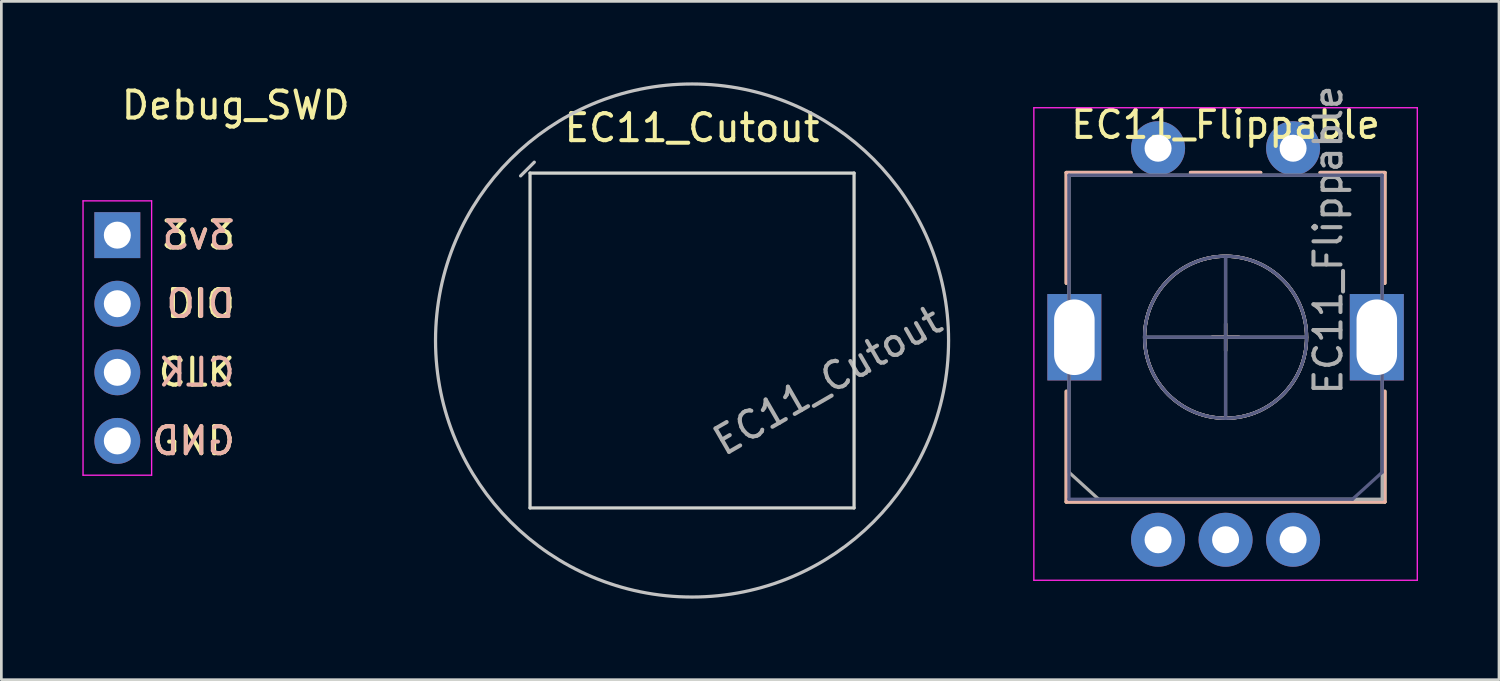
<source format=kicad_pcb>
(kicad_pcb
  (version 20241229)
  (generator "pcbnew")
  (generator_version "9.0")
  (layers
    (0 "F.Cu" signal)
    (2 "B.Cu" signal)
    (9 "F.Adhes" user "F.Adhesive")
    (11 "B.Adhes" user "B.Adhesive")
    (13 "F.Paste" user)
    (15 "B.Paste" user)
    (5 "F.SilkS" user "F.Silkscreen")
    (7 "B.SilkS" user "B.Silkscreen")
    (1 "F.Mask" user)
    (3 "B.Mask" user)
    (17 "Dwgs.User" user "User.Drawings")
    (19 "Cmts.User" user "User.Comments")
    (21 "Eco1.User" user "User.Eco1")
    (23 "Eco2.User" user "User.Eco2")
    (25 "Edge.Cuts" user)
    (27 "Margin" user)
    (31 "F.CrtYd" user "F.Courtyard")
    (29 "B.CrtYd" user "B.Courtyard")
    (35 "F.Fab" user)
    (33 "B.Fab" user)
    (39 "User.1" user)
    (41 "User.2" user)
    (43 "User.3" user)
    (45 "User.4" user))
  (footprint "Debug_SWD"
    (layer "F.Cu")
    (at 1.295 9.468)
    (property "Reference" "Debug_SWD" (at 4.385 -8.62 180) (layer "F.SilkS") (effects (font (size 1 1) (thickness 0.15))))
    (attr through_hole)
    (fp_line (start -1.27 -5.08) (end -1.27 5.08) (stroke (width 0.05) (type solid)) (layer "F.CrtYd"))
    (fp_line (start -1.27 5.08) (end 1.27 5.08) (stroke (width 0.05) (type solid)) (layer "F.CrtYd"))
    (fp_line (start 1.27 -5.08) (end -1.27 -5.08) (stroke (width 0.05) (type solid)) (layer "F.CrtYd"))
    (fp_line (start 1.27 -5.08) (end 1.27 5.08) (stroke (width 0.05) (type solid)) (layer "F.CrtYd"))
    (fp_line (start -0.32 -4.13) (end -0.32 -3.49) (stroke (width 0.1) (type solid)) (layer "F.Fab"))
    (fp_line (start -0.32 -1.59) (end -0.32 -0.95) (stroke (width 0.1) (type solid)) (layer "F.Fab"))
    (fp_line (start -0.32 0.95) (end -0.32 1.59) (stroke (width 0.1) (type solid)) (layer "F.Fab"))
    (fp_line (start -0.32 3.49) (end -0.32 4.13) (stroke (width 0.1) (type solid)) (layer "F.Fab"))
    (fp_text user "CLK" (at 4.445 1.27 0) (layer "F.SilkS") (effects (font (size 1 1) (thickness 0.15)) (justify right)))
    (fp_text user "3v3" (at 4.445 -3.81 0) (layer "F.SilkS") (effects (font (size 1 1) (thickness 0.15)) (justify right)))
    (fp_text user "DIO" (at 4.445 -1.27 0) (layer "F.SilkS") (effects (font (size 1 1) (thickness 0.15)) (justify right)))
    (fp_text user "GND" (at 4.445 3.81 0) (layer "F.SilkS") (effects (font (size 1 1) (thickness 0.15)) (justify right)))
    (fp_text user "3v3" (at 4.445 -3.81 0) (layer "B.SilkS") (effects (font (size 1 1) (thickness 0.15)) (justify left mirror)))
    (fp_text user "DIO" (at 4.445 -1.27 0) (layer "B.SilkS") (effects (font (size 1 1) (thickness 0.15)) (justify left mirror)))
    (fp_text user "GND" (at 4.445 3.81 0) (layer "B.SilkS") (effects (font (size 1 1) (thickness 0.15)) (justify left mirror)))
    (fp_text user "CLK" (at 4.445 1.27 0) (layer "B.SilkS") (effects (font (size 1 1) (thickness 0.15)) (justify left mirror)))
    (pad "1" thru_hole rect (at 0 -3.81) (size 1.7 1.7) (drill 1) (layers "*.Cu" "*.Mask"))
    (pad "2" thru_hole oval (at 0 -1.27) (size 1.7 1.7) (drill 1) (layers "*.Cu" "*.Mask"))
    (pad "3" thru_hole oval (at 0 1.27) (size 1.7 1.7) (drill 1) (layers "*.Cu" "*.Mask"))
    (pad "4" thru_hole oval (at 0 3.81) (size 1.7 1.7) (drill 1) (layers "*.Cu" "*.Mask")))
  (footprint "EC11_Cutout"
    (layer "F.Cu")
    (at 22.579 9.56)
    (property "Reference" "EC11_Cutout" (at 0 -7.874 180) (layer "F.SilkS") (effects (font (size 1 1) (thickness 0.15))))
    (attr through_hole)
    (fp_line (start -5.842 -6.604) (end -6.35 -6.096) (stroke (width 0.12) (type solid)) (layer "Dwgs.User"))
    (fp_circle (center 0 0) (end 9.5 0) (stroke (width 0.12) (type solid)) (fill no) (layer "Dwgs.User"))
    (fp_line (start -6 -6.2) (end 6 -6.2) (stroke (width 0.12) (type solid)) (layer "Edge.Cuts"))
    (fp_line (start -6 6.2) (end -6 -6.2) (stroke (width 0.12) (type solid)) (layer "Edge.Cuts"))
    (fp_line (start 6 -6.2) (end 6 6.2) (stroke (width 0.12) (type solid)) (layer "Edge.Cuts"))
    (fp_line (start 6 6.2) (end -6 6.2) (stroke (width 0.12) (type solid)) (layer "Edge.Cuts"))
    (fp_text user "${REFERENCE}" (at 5.018 1.491 210) (layer "F.Fab") (effects (font (size 1 1) (thickness 0.15)))))
  (footprint "EC11_Flippable"
    (layer "F.Cu")
    (at 42.337 9.439)
    (property "Reference" "EC11_Flippable" (at 0 -7.874 0) (layer "F.SilkS") (effects (font (size 1 1) (thickness 0.15))))
    (attr through_hole)
    (fp_line (start -5.9 -6.1) (end -3.5 -6.1) (stroke (width 0.12) (type solid)) (layer "F.SilkS"))
    (fp_line (start -5.9 -2) (end -5.9 -6.1) (stroke (width 0.12) (type solid)) (layer "F.SilkS"))
    (fp_line (start -5.9 2) (end -5.9 6.1) (stroke (width 0.12) (type solid)) (layer "F.SilkS"))
    (fp_line (start -5.9 6.1) (end 5.9 6.1) (stroke (width 0.12) (type solid)) (layer "F.SilkS"))
    (fp_line (start -1.3 -6.1) (end 1.3 -6.1) (stroke (width 0.12) (type solid)) (layer "F.SilkS"))
    (fp_line (start -0.5 0) (end 0.5 0) (stroke (width 0.12) (type solid)) (layer "F.SilkS"))
    (fp_line (start 0 0.5) (end 0 -0.5) (stroke (width 0.12) (type solid)) (layer "F.SilkS"))
    (fp_line (start 3.5 -6.1) (end 5.9 -6.1) (stroke (width 0.12) (type solid)) (layer "F.SilkS"))
    (fp_line (start 5.9 -6.1) (end 5.9 -2) (stroke (width 0.12) (type solid)) (layer "F.SilkS"))
    (fp_line (start 5.9 2) (end 5.9 6.1) (stroke (width 0.12) (type solid)) (layer "F.SilkS"))
    (fp_circle (center 0 0) (end 0 -3) (stroke (width 0.12) (type solid)) (fill no) (layer "F.SilkS"))
    (fp_line (start -5.9 -6.1) (end -5.9 -2) (stroke (width 0.12) (type solid)) (layer "B.SilkS"))
    (fp_line (start -5.9 2) (end -5.9 6.1) (stroke (width 0.12) (type solid)) (layer "B.SilkS"))
    (fp_line (start -3.5 -6.1) (end -5.9 -6.1) (stroke (width 0.12) (type solid)) (layer "B.SilkS"))
    (fp_line (start 0 0.5) (end 0 -0.5) (stroke (width 0.12) (type solid)) (layer "B.SilkS"))
    (fp_line (start 0.5 0) (end -0.5 0) (stroke (width 0.12) (type solid)) (layer "B.SilkS"))
    (fp_line (start 1.3 -6.1) (end -1.3 -6.1) (stroke (width 0.12) (type solid)) (layer "B.SilkS"))
    (fp_line (start 5.9 -6.1) (end 3.5 -6.1) (stroke (width 0.12) (type solid)) (layer "B.SilkS"))
    (fp_line (start 5.9 -2) (end 5.9 -6.1) (stroke (width 0.12) (type solid)) (layer "B.SilkS"))
    (fp_line (start 5.9 2) (end 5.9 6.1) (stroke (width 0.12) (type solid)) (layer "B.SilkS"))
    (fp_line (start 5.9 6.1) (end -5.9 6.1) (stroke (width 0.12) (type solid)) (layer "B.SilkS"))
    (fp_circle (center 0 0) (end 0 -3) (stroke (width 0.12) (type solid)) (fill no) (layer "B.SilkS"))
    (fp_line (start -7.1 9) (end -7.1 -8.5) (stroke (width 0.05) (type solid)) (layer "F.CrtYd"))
    (fp_line (start -7.1 9) (end 7.1 9) (stroke (width 0.05) (type solid)) (layer "F.CrtYd"))
    (fp_line (start 7.1 -8.5) (end -7.1 -8.5) (stroke (width 0.05) (type solid)) (layer "F.CrtYd"))
    (fp_line (start 7.1 -8.5) (end 7.1 9) (stroke (width 0.05) (type solid)) (layer "F.CrtYd"))
    (fp_line (start -5.8 -6) (end -5.8 6) (stroke (width 0.12) (type solid)) (layer "B.Fab"))
    (fp_line (start -5.8 6) (end 4.7 6) (stroke (width 0.12) (type solid)) (layer "B.Fab"))
    (fp_line (start 0 3) (end 0 -3) (stroke (width 0.12) (type solid)) (layer "B.Fab"))
    (fp_line (start 3 0) (end -3 0) (stroke (width 0.12) (type solid)) (layer "B.Fab"))
    (fp_line (start 4.7 6) (end 5.8 5) (stroke (width 0.12) (type solid)) (layer "B.Fab"))
    (fp_line (start 5.8 -6) (end -5.8 -6) (stroke (width 0.12) (type solid)) (layer "B.Fab"))
    (fp_line (start 5.8 5) (end 5.8 -6) (stroke (width 0.12) (type solid)) (layer "B.Fab"))
    (fp_circle (center 0 0) (end 0 -3) (stroke (width 0.12) (type solid)) (fill no) (layer "B.Fab"))
    (fp_line (start -5.8 -6) (end 5.8 -6) (stroke (width 0.12) (type solid)) (layer "F.Fab"))
    (fp_line (start -5.8 5) (end -5.8 -6) (stroke (width 0.12) (type solid)) (layer "F.Fab"))
    (fp_line (start -4.7 6) (end -5.8 5) (stroke (width 0.12) (type solid)) (layer "F.Fab"))
    (fp_line (start -3 0) (end 3 0) (stroke (width 0.12) (type solid)) (layer "F.Fab"))
    (fp_line (start 0 3) (end 0 -3) (stroke (width 0.12) (type solid)) (layer "F.Fab"))
    (fp_line (start 5.8 -6) (end 5.8 6) (stroke (width 0.12) (type solid)) (layer "F.Fab"))
    (fp_line (start 5.8 6) (end -4.7 6) (stroke (width 0.12) (type solid)) (layer "F.Fab"))
    (fp_circle (center 0 0) (end 0 -3) (stroke (width 0.12) (type solid)) (fill no) (layer "F.Fab"))
    (fp_text user "${REFERENCE}" (at 3.8 -3.6 90) (layer "F.Fab") (effects (font (size 1 1) (thickness 0.15))))
    (pad "A" thru_hole circle (at -2.5 7.5 90) (size 2 2) (drill 1) (layers "*.Cu" "*.Mask"))
    (pad "B" thru_hole circle (at 2.5 7.5 90) (size 2 2) (drill 1) (layers "*.Cu" "*.Mask"))
    (pad "C" thru_hole circle (at 0 7.5 90) (size 2 2) (drill 1) (layers "*.Cu" "*.Mask"))
    (pad "MP" thru_hole rect (at -5.6 0 90) (size 3.2 2) (drill oval 2.8 1.5) (layers "*.Cu" "*.Mask"))
    (pad "MP" thru_hole rect (at 5.6 0 90) (size 3.2 2) (drill oval 2.8 1.5) (layers "*.Cu" "*.Mask"))
    (pad "S1" thru_hole circle (at 2.5 -7 90) (size 2 2) (drill 1) (layers "*.Cu" "*.Mask"))
    (pad "S2" thru_hole circle (at -2.5 -7 90) (size 2 2) (drill 1) (layers "*.Cu" "*.Mask")))
  (gr_rect
    (start -3 -3)
    (end 52.462 22.12)
    (stroke (width 0.1) (type default))
    (fill no)
    (layer "Edge.Cuts")))
</source>
